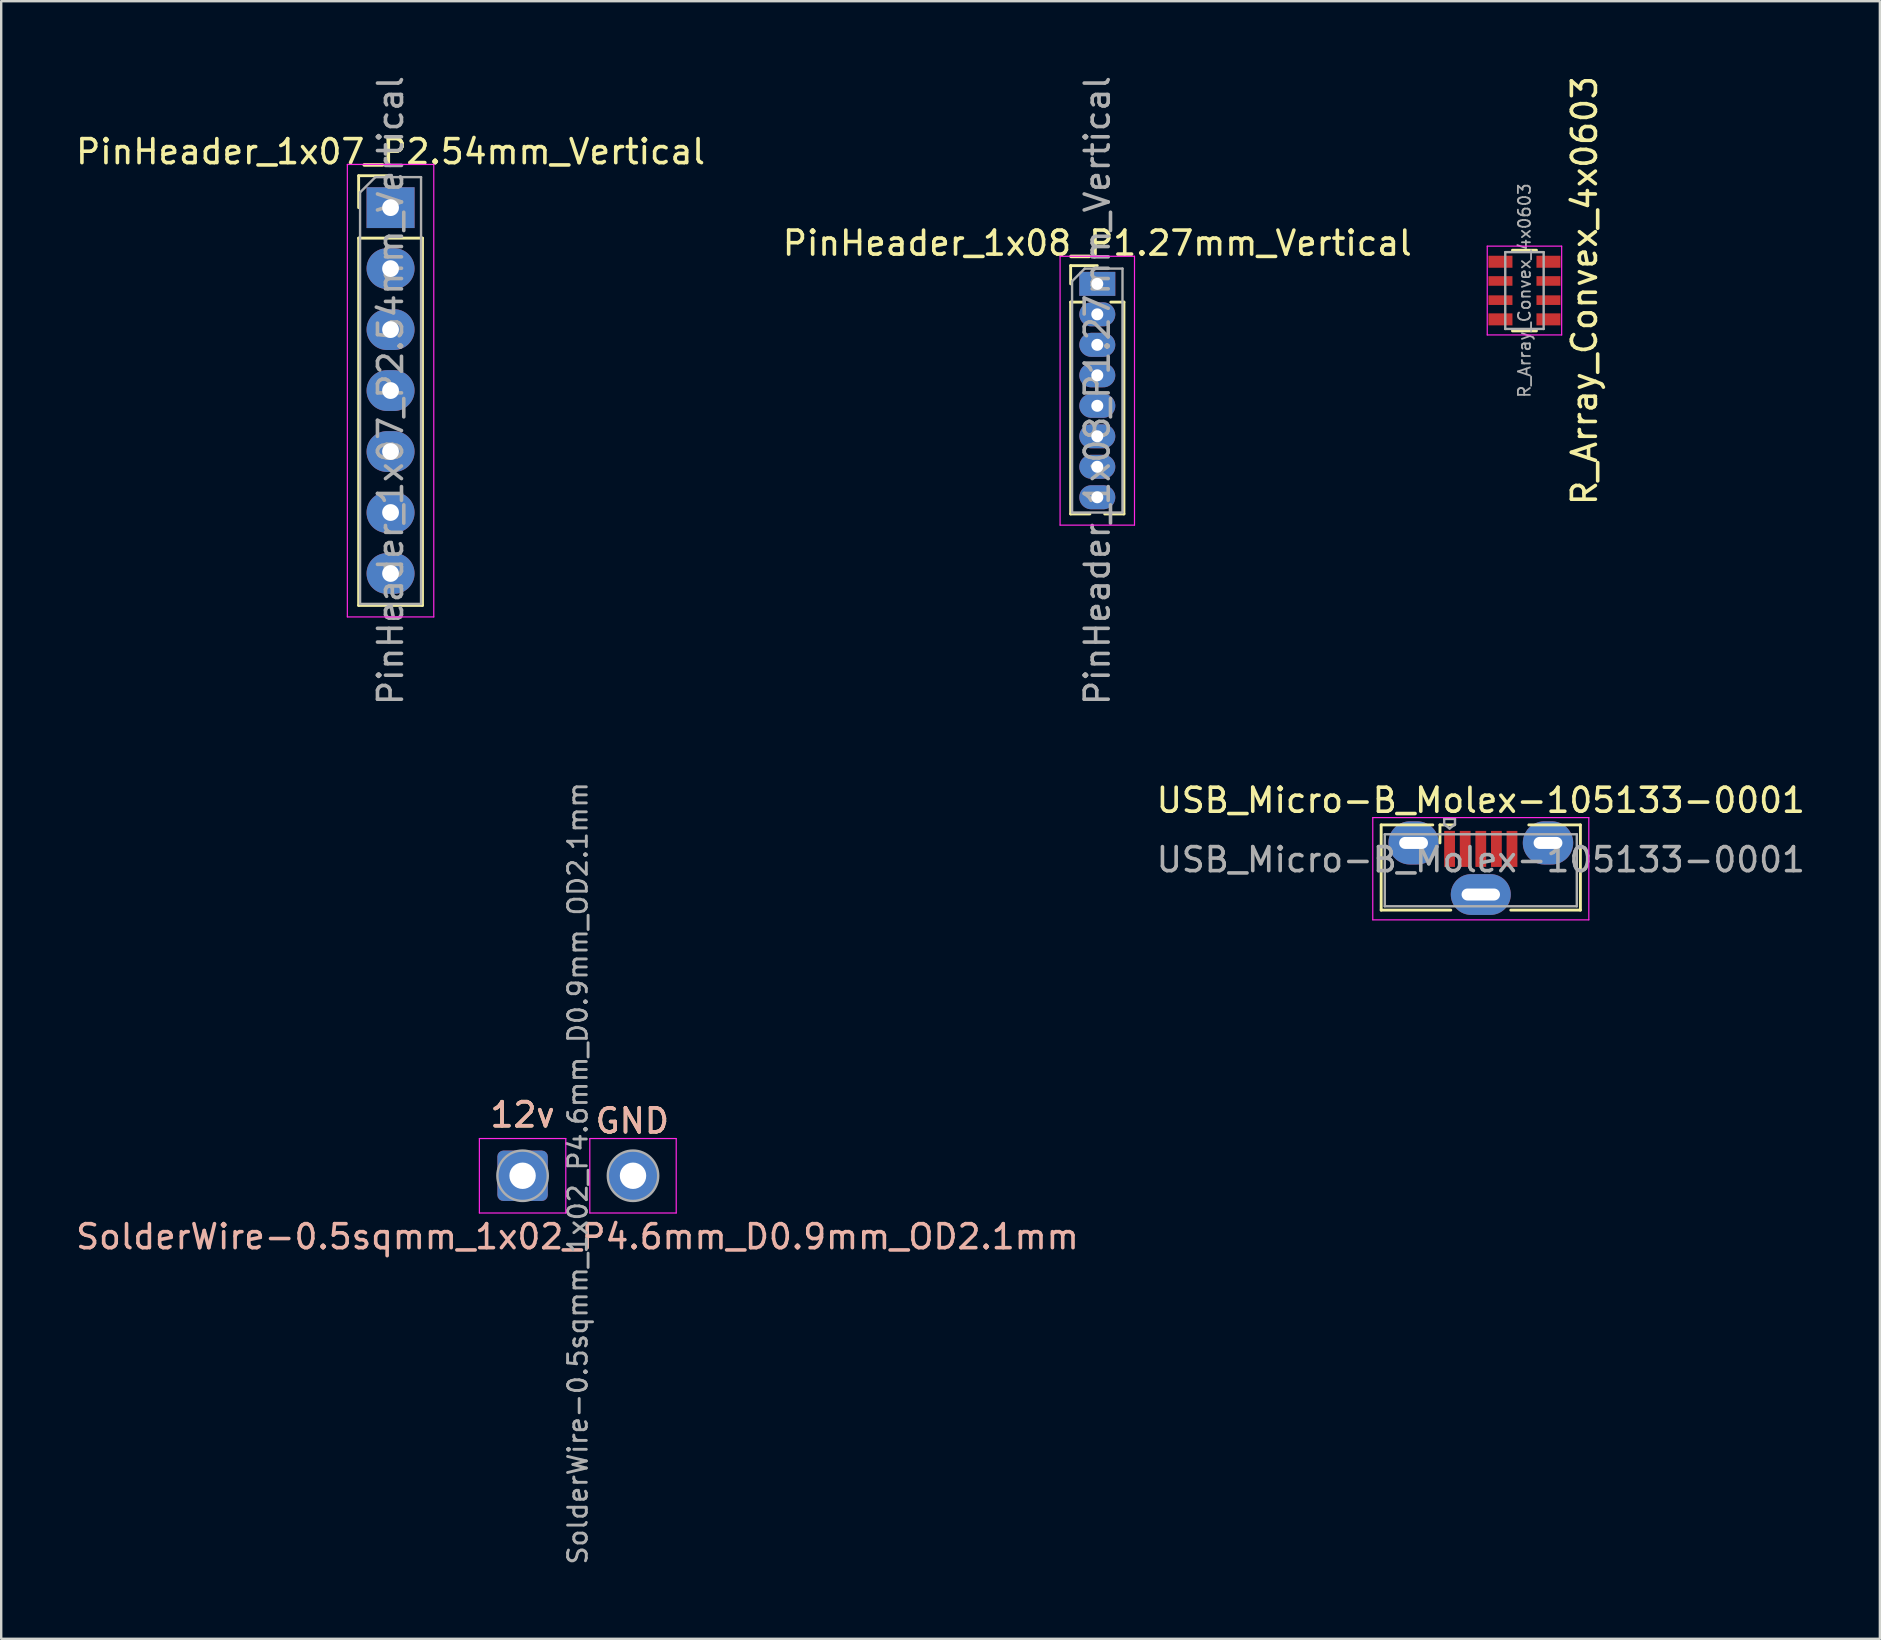
<source format=kicad_pcb>
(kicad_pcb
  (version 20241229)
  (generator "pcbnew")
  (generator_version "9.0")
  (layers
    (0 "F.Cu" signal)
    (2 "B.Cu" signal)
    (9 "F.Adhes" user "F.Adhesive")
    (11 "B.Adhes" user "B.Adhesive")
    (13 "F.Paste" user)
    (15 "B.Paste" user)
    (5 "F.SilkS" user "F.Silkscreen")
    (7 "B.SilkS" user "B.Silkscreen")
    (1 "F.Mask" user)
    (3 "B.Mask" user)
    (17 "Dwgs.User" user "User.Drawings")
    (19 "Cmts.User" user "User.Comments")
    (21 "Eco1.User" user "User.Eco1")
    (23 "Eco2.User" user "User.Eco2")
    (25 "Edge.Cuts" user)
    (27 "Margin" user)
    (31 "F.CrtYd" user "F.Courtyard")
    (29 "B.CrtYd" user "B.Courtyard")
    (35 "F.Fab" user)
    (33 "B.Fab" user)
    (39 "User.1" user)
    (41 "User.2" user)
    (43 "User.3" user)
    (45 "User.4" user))
  (footprint "SolderWire-0.5sqmm_1x02_P4.6mm_D0.9mm_OD2.1mm"
    (layer "F.Cu")
    (at 18.72 45.93)
    (property "Reference" "SolderWire-0.5sqmm_1x02_P4.6mm_D0.9mm_OD2.1mm" (at 2.286 2.54 0) (unlocked yes) (layer "B.SilkS") (effects (font (size 1 1) (thickness 0.15))))
    (attr exclude_from_pos_files exclude_from_bom)
    (fp_line (start -1.8 -1.55) (end -1.8 1.55) (stroke (width 0.05) (type solid)) (layer "F.CrtYd"))
    (fp_line (start -1.8 1.55) (end 1.8 1.55) (stroke (width 0.05) (type solid)) (layer "F.CrtYd"))
    (fp_line (start 1.8 -1.55) (end -1.8 -1.55) (stroke (width 0.05) (type solid)) (layer "F.CrtYd"))
    (fp_line (start 1.8 1.55) (end 1.8 -1.55) (stroke (width 0.05) (type solid)) (layer "F.CrtYd"))
    (fp_line (start 2.8 -1.55) (end 2.8 1.55) (stroke (width 0.05) (type solid)) (layer "F.CrtYd"))
    (fp_line (start 2.8 1.55) (end 6.4 1.55) (stroke (width 0.05) (type solid)) (layer "F.CrtYd"))
    (fp_line (start 6.4 -1.55) (end 2.8 -1.55) (stroke (width 0.05) (type solid)) (layer "F.CrtYd"))
    (fp_line (start 6.4 1.55) (end 6.4 -1.55) (stroke (width 0.05) (type solid)) (layer "F.CrtYd"))
    (fp_circle (center 0 0) (end 1.05 0) (stroke (width 0.1) (type solid)) (fill no) (layer "F.Fab"))
    (fp_circle (center 4.6 0) (end 5.65 0) (stroke (width 0.1) (type solid)) (fill no) (layer "F.Fab"))
    (fp_text user "GND" (at 4.572 -2.286 0) (layer "F.SilkS") (effects (font (size 1 1) (thickness 0.15))))
    (fp_text user "12v" (at 0 -2.54 0) (layer "F.SilkS") (effects (font (size 1 1) (thickness 0.15))))
    (fp_text user "12v" (at 0 -2.54 0) (layer "B.SilkS") (effects (font (size 1 1) (thickness 0.15))))
    (fp_text user "GND" (at 4.572 -2.286 0) (layer "B.SilkS") (effects (font (size 1 1) (thickness 0.15))))
    (fp_text user "${REFERENCE}" (at 2.3 -0.1 270) (layer "F.Fab") (effects (font (size 0.78 0.78) (thickness 0.12))))
    (pad "1" thru_hole roundrect (at 0 0) (size 2.1 2.1) (drill 1.1) (layers "*.Cu" "*.Mask") (roundrect_rratio 0.119))
    (pad "2" thru_hole circle (at 4.6 0) (size 2.1 2.1) (drill 1.1) (layers "*.Cu" "*.Mask")))
  (footprint "PinHeader_1x08_P1.27mm_Vertical"
    (layer "F.Cu")
    (at 42.661 8.775)
    (property "Reference" "PinHeader_1x08_P1.27mm_Vertical" (at 0 -1.695 0) (layer "F.SilkS") (effects (font (size 1 1) (thickness 0.15))))
    (attr through_hole)
    (fp_line (start -1.11 -0.76) (end 0 -0.76) (stroke (width 0.12) (type solid)) (layer "F.SilkS"))
    (fp_line (start -1.11 0) (end -1.11 -0.76) (stroke (width 0.12) (type solid)) (layer "F.SilkS"))
    (fp_line (start -1.11 0.76) (end -1.11 9.585) (stroke (width 0.12) (type solid)) (layer "F.SilkS"))
    (fp_line (start -1.11 0.76) (end -0.563 0.76) (stroke (width 0.12) (type solid)) (layer "F.SilkS"))
    (fp_line (start -1.11 9.585) (end -0.308 9.585) (stroke (width 0.12) (type solid)) (layer "F.SilkS"))
    (fp_line (start 0.308 9.585) (end 1.11 9.585) (stroke (width 0.12) (type solid)) (layer "F.SilkS"))
    (fp_line (start 0.563 0.76) (end 1.11 0.76) (stroke (width 0.12) (type solid)) (layer "F.SilkS"))
    (fp_line (start 1.11 0.76) (end 1.11 9.585) (stroke (width 0.12) (type solid)) (layer "F.SilkS"))
    (fp_line (start -1.55 -1.15) (end -1.55 10.05) (stroke (width 0.05) (type solid)) (layer "F.CrtYd"))
    (fp_line (start -1.55 10.05) (end 1.55 10.05) (stroke (width 0.05) (type solid)) (layer "F.CrtYd"))
    (fp_line (start 1.55 -1.15) (end -1.55 -1.15) (stroke (width 0.05) (type solid)) (layer "F.CrtYd"))
    (fp_line (start 1.55 10.05) (end 1.55 -1.15) (stroke (width 0.05) (type solid)) (layer "F.CrtYd"))
    (fp_line (start -1.05 -0.11) (end -0.525 -0.635) (stroke (width 0.1) (type solid)) (layer "F.Fab"))
    (fp_line (start -1.05 9.525) (end -1.05 -0.11) (stroke (width 0.1) (type solid)) (layer "F.Fab"))
    (fp_line (start -0.525 -0.635) (end 1.05 -0.635) (stroke (width 0.1) (type solid)) (layer "F.Fab"))
    (fp_line (start 1.05 -0.635) (end 1.05 9.525) (stroke (width 0.1) (type solid)) (layer "F.Fab"))
    (fp_line (start 1.05 9.525) (end -1.05 9.525) (stroke (width 0.1) (type solid)) (layer "F.Fab"))
    (fp_text user "${REFERENCE}" (at 0 4.445 270) (layer "F.Fab") (effects (font (size 1 1) (thickness 0.15))))
    (pad "1" thru_hole rect (at 0 0) (size 1.5 1) (drill 0.5) (layers "*.Cu" "*.Mask"))
    (pad "2" thru_hole oval (at 0 1.27 90) (size 1 1.5) (drill 0.5) (layers "*.Cu" "*.Mask"))
    (pad "3" thru_hole oval (at 0 2.54) (size 1.5 1) (drill 0.5) (layers "*.Cu" "*.Mask"))
    (pad "4" thru_hole oval (at 0 3.81) (size 1.5 1) (drill 0.5) (layers "*.Cu" "*.Mask"))
    (pad "5" thru_hole oval (at 0 5.08) (size 1.5 1) (drill 0.5) (layers "*.Cu" "*.Mask"))
    (pad "6" thru_hole oval (at 0 6.35) (size 1.5 1) (drill 0.5) (layers "*.Cu" "*.Mask"))
    (pad "7" thru_hole oval (at 0 7.62) (size 1.5 1) (drill 0.5) (layers "*.Cu" "*.Mask"))
    (pad "8" thru_hole oval (at 0 8.89) (size 1.5 1) (drill 0.5) (layers "*.Cu" "*.Mask")))
  (footprint "R_Array_Convex_4x0603"
    (layer "F.Cu")
    (at 60.456 9.054)
    (property "Reference" "R_Array_Convex_4x0603" (at 2.5 0 270) (layer "F.SilkS") (effects (font (size 1 1) (thickness 0.15))))
    (attr smd)
    (fp_line (start 0.5 -1.68) (end -0.5 -1.68) (stroke (width 0.12) (type solid)) (layer "F.SilkS"))
    (fp_line (start 0.5 1.68) (end -0.5 1.68) (stroke (width 0.12) (type solid)) (layer "F.SilkS"))
    (fp_line (start -1.55 -1.85) (end -1.55 1.85) (stroke (width 0.05) (type solid)) (layer "F.CrtYd"))
    (fp_line (start -1.55 -1.85) (end 1.55 -1.85) (stroke (width 0.05) (type solid)) (layer "F.CrtYd"))
    (fp_line (start 1.55 1.85) (end -1.55 1.85) (stroke (width 0.05) (type solid)) (layer "F.CrtYd"))
    (fp_line (start 1.55 1.85) (end 1.55 -1.85) (stroke (width 0.05) (type solid)) (layer "F.CrtYd"))
    (fp_line (start -0.8 -1.6) (end 0.8 -1.6) (stroke (width 0.1) (type solid)) (layer "F.Fab"))
    (fp_line (start -0.8 1.6) (end -0.8 -1.6) (stroke (width 0.1) (type solid)) (layer "F.Fab"))
    (fp_line (start 0.8 -1.6) (end 0.8 1.6) (stroke (width 0.1) (type solid)) (layer "F.Fab"))
    (fp_line (start 0.8 1.6) (end -0.8 1.6) (stroke (width 0.1) (type solid)) (layer "F.Fab"))
    (fp_text user "${REFERENCE}" (at 0 0 270) (layer "F.Fab") (effects (font (size 0.5 0.5) (thickness 0.075))))
    (pad "1" smd rect (at -1 -1.2) (size 1 0.5) (layers "F.Cu" "F.Mask" "F.Paste"))
    (pad "2" smd rect (at -1 -0.4) (size 1 0.4) (layers "F.Cu" "F.Mask" "F.Paste"))
    (pad "3" smd rect (at -1 0.4) (size 1 0.4) (layers "F.Cu" "F.Mask" "F.Paste"))
    (pad "4" smd rect (at -1 1.2) (size 1 0.5) (layers "F.Cu" "F.Mask" "F.Paste"))
    (pad "5" smd rect (at 1 1.2) (size 1 0.5) (layers "F.Cu" "F.Mask" "F.Paste"))
    (pad "6" smd rect (at 1 0.4) (size 1 0.4) (layers "F.Cu" "F.Mask" "F.Paste"))
    (pad "7" smd rect (at 1 -0.4) (size 1 0.4) (layers "F.Cu" "F.Mask" "F.Paste"))
    (pad "8" smd rect (at 1 -1.2) (size 1 0.5) (layers "F.Cu" "F.Mask" "F.Paste")))
  (footprint "PinHeader_1x07_P2.54mm_Vertical"
    (layer "F.Cu")
    (at 13.22 5.6)
    (property "Reference" "PinHeader_1x07_P2.54mm_Vertical" (at 0 -2.33 180) (layer "F.SilkS") (effects (font (size 1 1) (thickness 0.15))))
    (attr through_hole)
    (fp_line (start -1.33 -1.33) (end 0 -1.33) (stroke (width 0.12) (type solid)) (layer "F.SilkS"))
    (fp_line (start -1.33 0) (end -1.33 -1.33) (stroke (width 0.12) (type solid)) (layer "F.SilkS"))
    (fp_line (start -1.33 1.27) (end -1.33 16.57) (stroke (width 0.12) (type solid)) (layer "F.SilkS"))
    (fp_line (start -1.33 1.27) (end 1.33 1.27) (stroke (width 0.12) (type solid)) (layer "F.SilkS"))
    (fp_line (start -1.33 16.57) (end 1.33 16.57) (stroke (width 0.12) (type solid)) (layer "F.SilkS"))
    (fp_line (start 1.33 1.27) (end 1.33 16.57) (stroke (width 0.12) (type solid)) (layer "F.SilkS"))
    (fp_line (start -1.8 -1.8) (end -1.8 17.05) (stroke (width 0.05) (type solid)) (layer "F.CrtYd"))
    (fp_line (start -1.8 17.05) (end 1.8 17.05) (stroke (width 0.05) (type solid)) (layer "F.CrtYd"))
    (fp_line (start 1.8 -1.8) (end -1.8 -1.8) (stroke (width 0.05) (type solid)) (layer "F.CrtYd"))
    (fp_line (start 1.8 17.05) (end 1.8 -1.8) (stroke (width 0.05) (type solid)) (layer "F.CrtYd"))
    (fp_line (start -1.27 -0.635) (end -0.635 -1.27) (stroke (width 0.1) (type solid)) (layer "F.Fab"))
    (fp_line (start -1.27 16.51) (end -1.27 -0.635) (stroke (width 0.1) (type solid)) (layer "F.Fab"))
    (fp_line (start -0.635 -1.27) (end 1.27 -1.27) (stroke (width 0.1) (type solid)) (layer "F.Fab"))
    (fp_line (start 1.27 -1.27) (end 1.27 16.51) (stroke (width 0.1) (type solid)) (layer "F.Fab"))
    (fp_line (start 1.27 16.51) (end -1.27 16.51) (stroke (width 0.1) (type solid)) (layer "F.Fab"))
    (fp_text user "${REFERENCE}" (at 0 7.62 90) (layer "F.Fab") (effects (font (size 1 1) (thickness 0.15))))
    (pad "1" thru_hole rect (at 0 0) (size 2 1.7) (drill 0.7) (layers "*.Cu" "*.Mask"))
    (pad "2" thru_hole oval (at 0 2.54) (size 2 1.7) (drill 0.7) (layers "*.Cu" "*.Mask"))
    (pad "3" thru_hole oval (at 0 5.08) (size 2 1.7) (drill 0.7) (layers "*.Cu" "*.Mask"))
    (pad "4" thru_hole oval (at 0 7.62) (size 2 1.7) (drill 0.7) (layers "*.Cu" "*.Mask"))
    (pad "5" thru_hole oval (at 0 10.16) (size 2 1.7) (drill 0.7) (layers "*.Cu" "*.Mask"))
    (pad "6" thru_hole oval (at 0 12.7) (size 2 1.7) (drill 0.7) (layers "*.Cu" "*.Mask"))
    (pad "7" thru_hole oval (at 0 15.24) (size 2 1.7) (drill 0.7) (layers "*.Cu" "*.Mask")))
  (footprint "USB_Micro-B_Molex-105133-0001"
    (layer "F.Cu")
    (at 58.637 33.139)
    (property "Reference" "USB_Micro-B_Molex-105133-0001" (at 0 -2.85 0) (layer "F.SilkS") (effects (font (size 1 1) (thickness 0.15))))
    (attr smd)
    (fp_line (start -4.15 -1.825) (end -4.15 1.725) (stroke (width 0.12) (type solid)) (layer "F.SilkS"))
    (fp_line (start -4.15 1.725) (end -1.25 1.725) (stroke (width 0.12) (type solid)) (layer "F.SilkS"))
    (fp_line (start -2 -1.825) (end -4.15 -1.825) (stroke (width 0.12) (type solid)) (layer "F.SilkS"))
    (fp_line (start -1.7 -1.825) (end -1.1 -1.825) (stroke (width 0.12) (type solid)) (layer "F.SilkS"))
    (fp_line (start -1.7 -1.075) (end -1.7 -1.825) (stroke (width 0.12) (type solid)) (layer "F.SilkS"))
    (fp_line (start 2 -1.825) (end 4.15 -1.825) (stroke (width 0.12) (type solid)) (layer "F.SilkS"))
    (fp_line (start 4.15 -1.825) (end 4.15 1.725) (stroke (width 0.12) (type solid)) (layer "F.SilkS"))
    (fp_line (start 4.15 1.725) (end 1.25 1.725) (stroke (width 0.12) (type solid)) (layer "F.SilkS"))
    (fp_line (start -4.5 -2.13) (end 4.5 -2.13) (stroke (width 0.05) (type solid)) (layer "F.CrtYd"))
    (fp_line (start -4.5 2.13) (end -4.5 -2.13) (stroke (width 0.05) (type solid)) (layer "F.CrtYd"))
    (fp_line (start -4.5 2.13) (end 4.5 2.13) (stroke (width 0.05) (type solid)) (layer "F.CrtYd"))
    (fp_line (start 4.5 2.13) (end 4.5 -2.13) (stroke (width 0.05) (type solid)) (layer "F.CrtYd"))
    (fp_line (start -4 1.565) (end -4 -1.435) (stroke (width 0.1) (type solid)) (layer "F.Fab"))
    (fp_line (start -4 1.565) (end 4 1.565) (stroke (width 0.1) (type solid)) (layer "F.Fab"))
    (fp_line (start -1.525 -2.075) (end -1.075 -2.075) (stroke (width 0.1) (type solid)) (layer "F.Fab"))
    (fp_line (start -1.525 -1.85) (end -1.525 -2.075) (stroke (width 0.1) (type solid)) (layer "F.Fab"))
    (fp_line (start -1.3 -1.675) (end -1.525 -1.85) (stroke (width 0.1) (type solid)) (layer "F.Fab"))
    (fp_line (start -1.3 -1.675) (end -1.075 -1.85) (stroke (width 0.1) (type solid)) (layer "F.Fab"))
    (fp_line (start -1.075 -2.075) (end -1.075 -1.85) (stroke (width 0.1) (type solid)) (layer "F.Fab"))
    (fp_line (start 4 -1.435) (end -4 -1.435) (stroke (width 0.1) (type solid)) (layer "F.Fab"))
    (fp_line (start 4 1.565) (end 4 -1.435) (stroke (width 0.1) (type solid)) (layer "F.Fab"))
    (fp_text user "${REFERENCE}" (at 0 -0.375 0) (layer "F.Fab") (effects (font (size 1 1) (thickness 0.15))))
    (pad "1" smd rect (at -1.3 -0.825) (size 0.45 1.5) (layers "F.Cu" "F.Mask" "F.Paste"))
    (pad "2" smd rect (at -0.65 -0.825) (size 0.45 1.5) (layers "F.Cu" "F.Mask" "F.Paste"))
    (pad "3" smd rect (at 0 -0.825) (size 0.45 1.5) (layers "F.Cu" "F.Mask" "F.Paste"))
    (pad "4" smd rect (at 0.65 -0.825) (size 0.45 1.5) (layers "F.Cu" "F.Mask" "F.Paste"))
    (pad "5" smd rect (at 1.3 -0.825) (size 0.45 1.5) (layers "F.Cu" "F.Mask" "F.Paste"))
    (pad "6" thru_hole oval (at -2.8 -1.075) (size 2.1 1.8) (drill oval 1.2 0.5) (layers "*.Cu" "*.Mask"))
    (pad "6" thru_hole oval (at 0 1.075) (size 2.5 1.7) (drill oval 1.6 0.5) (layers "*.Cu" "*.Mask"))
    (pad "6" thru_hole oval (at 2.8 -1.075) (size 2.1 1.8) (drill oval 1.2 0.5) (layers "*.Cu" "*.Mask")))
  (gr_rect
    (start -3 -3)
    (end 75.262 65.219)
    (stroke (width 0.1) (type default))
    (fill no)
    (layer "Edge.Cuts")))
</source>
